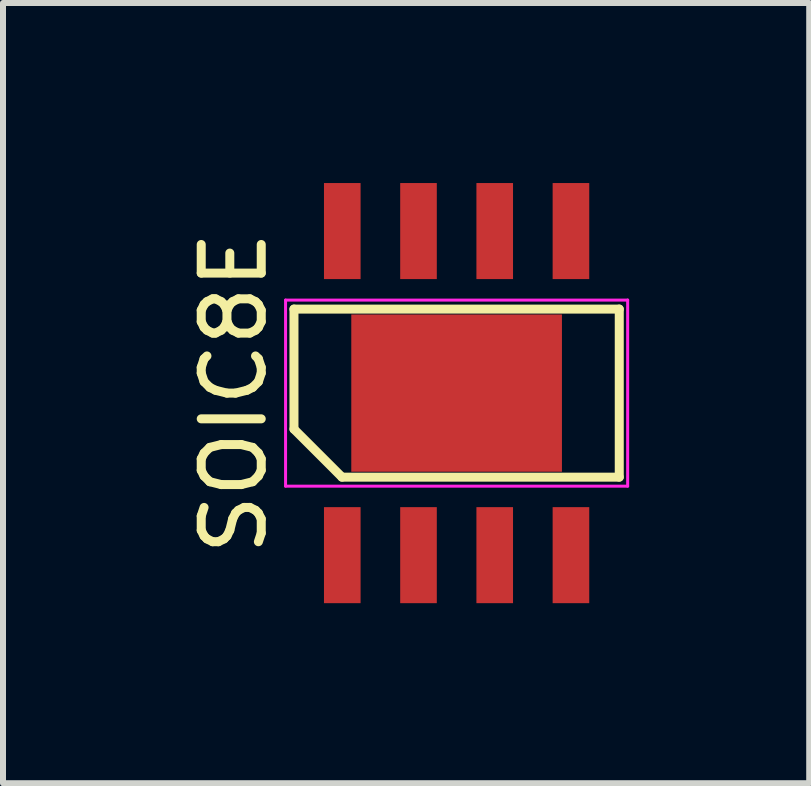
<source format=kicad_pcb>
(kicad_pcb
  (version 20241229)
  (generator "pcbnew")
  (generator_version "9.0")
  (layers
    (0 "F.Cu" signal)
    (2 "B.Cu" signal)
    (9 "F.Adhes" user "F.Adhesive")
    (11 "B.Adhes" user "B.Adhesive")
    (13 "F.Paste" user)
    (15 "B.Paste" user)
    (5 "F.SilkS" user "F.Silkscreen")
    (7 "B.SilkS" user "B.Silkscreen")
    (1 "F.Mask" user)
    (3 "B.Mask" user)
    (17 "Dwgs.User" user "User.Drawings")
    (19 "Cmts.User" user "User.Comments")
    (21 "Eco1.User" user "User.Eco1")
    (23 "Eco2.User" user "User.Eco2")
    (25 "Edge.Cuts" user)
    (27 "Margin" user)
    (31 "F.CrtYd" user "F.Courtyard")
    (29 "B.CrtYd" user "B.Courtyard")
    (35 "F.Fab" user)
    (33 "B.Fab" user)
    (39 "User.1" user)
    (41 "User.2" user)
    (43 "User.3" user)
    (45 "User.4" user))
  (footprint "SOIC8E"
    (layer "F.Cu")
    (at 4.558 3.5)
    (property "Reference" "SOIC8E" (at -3.71 0 90) (layer "F.SilkS") (effects (font (size 1 1) (thickness 0.15))))
    (attr smd)
    (fp_line (start -2.71 -1.4) (end 2.71 -1.4) (stroke (width 0.15) (type solid)) (layer "F.SilkS"))
    (fp_line (start -2.71 0.6) (end -2.71 -1.4) (stroke (width 0.15) (type solid)) (layer "F.SilkS"))
    (fp_line (start -1.91 1.4) (end -2.71 0.6) (stroke (width 0.15) (type solid)) (layer "F.SilkS"))
    (fp_line (start 2.71 -1.4) (end 2.71 1.4) (stroke (width 0.15) (type solid)) (layer "F.SilkS"))
    (fp_line (start 2.71 1.4) (end -1.91 1.4) (stroke (width 0.15) (type solid)) (layer "F.SilkS"))
    (fp_line (start -2.85 -1.55) (end 2.85 -1.55) (stroke (width 0.05) (type solid)) (layer "F.CrtYd"))
    (fp_line (start -2.85 1.55) (end -2.85 -1.55) (stroke (width 0.05) (type solid)) (layer "F.CrtYd"))
    (fp_line (start 2.85 -1.55) (end 2.85 1.55) (stroke (width 0.05) (type solid)) (layer "F.CrtYd"))
    (fp_line (start 2.85 1.55) (end -2.85 1.55) (stroke (width 0.05) (type solid)) (layer "F.CrtYd"))
    (pad "1" smd rect (at -1.905 2.7) (size 0.61 1.6) (layers "F.Cu" "F.Mask" "F.Paste"))
    (pad "2" smd rect (at -0.635 2.7) (size 0.61 1.6) (layers "F.Cu" "F.Mask" "F.Paste"))
    (pad "3" smd rect (at 0.635 2.7) (size 0.61 1.6) (layers "F.Cu" "F.Mask" "F.Paste"))
    (pad "4" smd rect (at 1.905 2.7) (size 0.61 1.6) (layers "F.Cu" "F.Mask" "F.Paste"))
    (pad "5" smd rect (at 0 0) (size 3.51 2.62) (layers "F.Cu" "F.Mask" "F.Paste"))
    (pad "5" smd rect (at 1.905 -2.7) (size 0.61 1.6) (layers "F.Cu" "F.Mask" "F.Paste"))
    (pad "6" smd rect (at 0.635 -2.7) (size 0.61 1.6) (layers "F.Cu" "F.Mask" "F.Paste"))
    (pad "7" smd rect (at -0.635 -2.7) (size 0.61 1.6) (layers "F.Cu" "F.Mask" "F.Paste"))
    (pad "8" smd rect (at -1.905 -2.7) (size 0.61 1.6) (layers "F.Cu" "F.Mask" "F.Paste")))
  (gr_rect
    (start -3 -3)
    (end 10.433 10)
    (stroke (width 0.1) (type default))
    (fill no)
    (layer "Edge.Cuts")))
</source>
